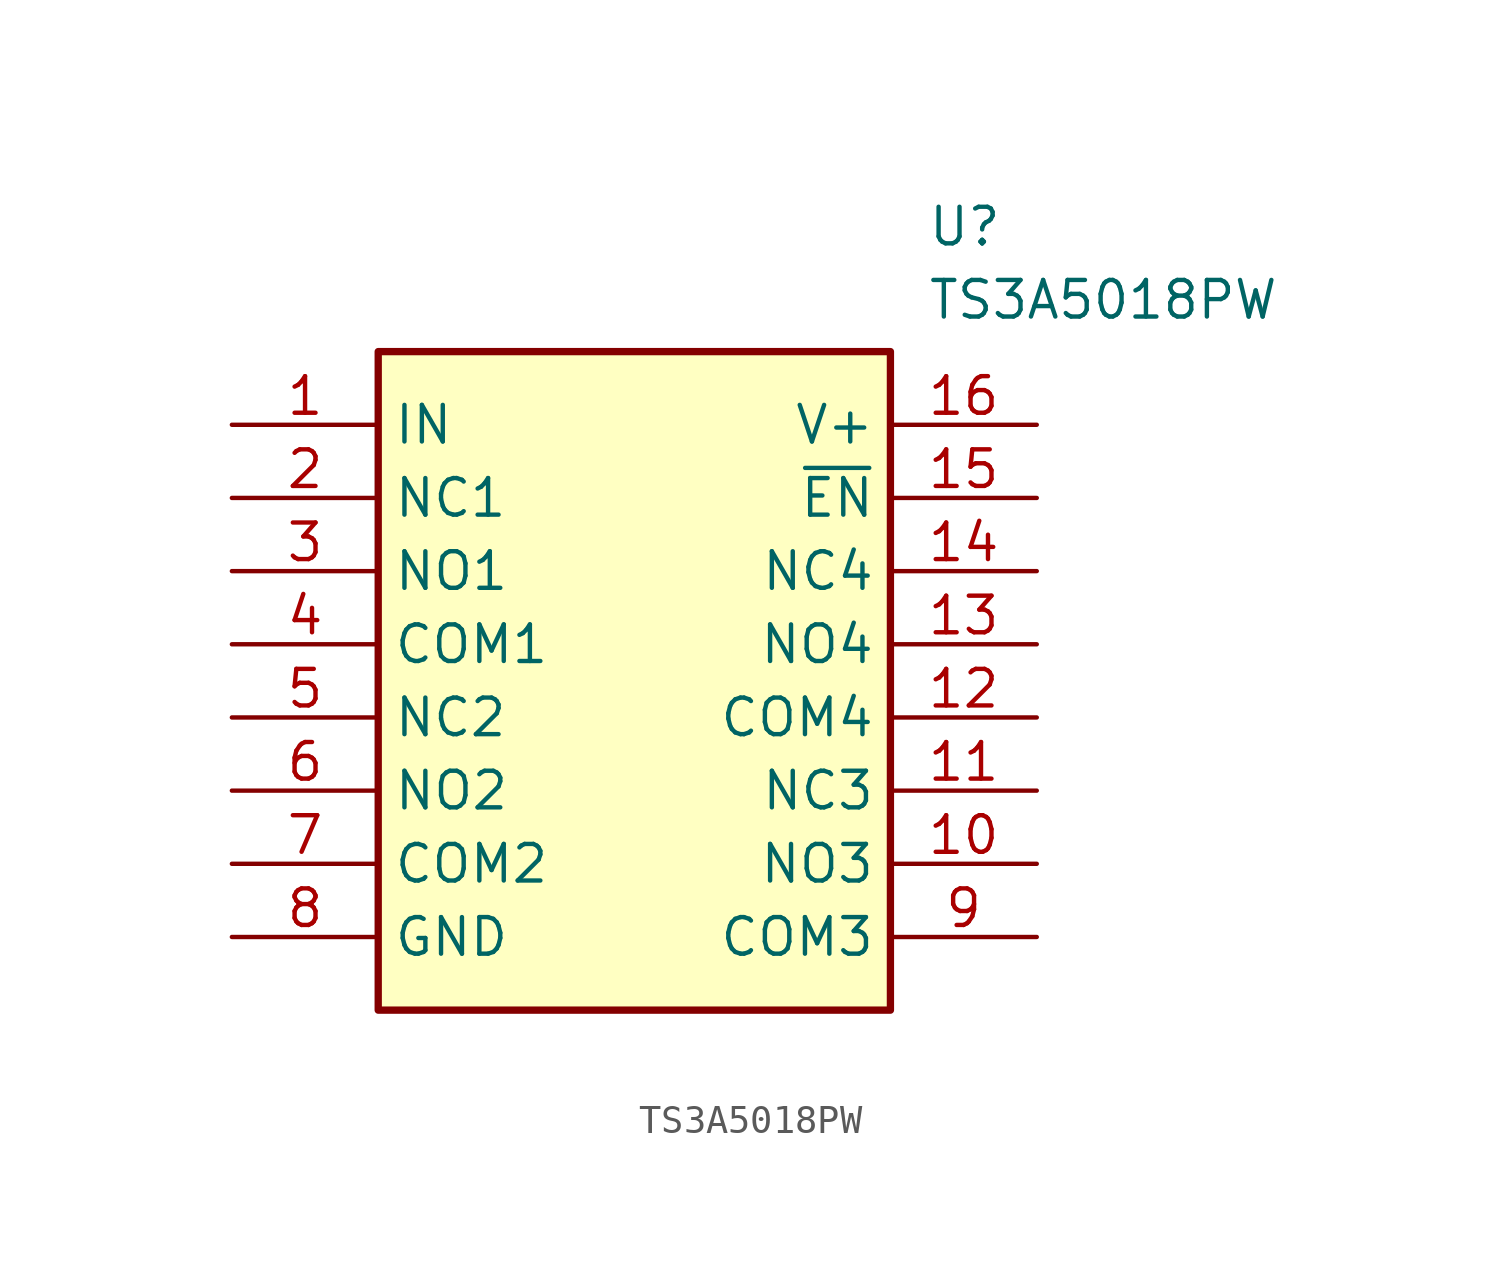
<source format=kicad_sym>
(kicad_symbol_lib
  (version 20220914)
  (generator kicad_symbol_editor)
  (symbol "TS3A5018PW"
    (property "Reference" "U"
      (at 24.13 7.62 0)
      (effects (font (size 1.27 1.27)) (justify left top)))
    (property "Value" "TS3A5018PW"
      (at 24.13 5.08 0)
      (effects (font (size 1.27 1.27)) (justify left top)))
    (symbol "TS3A5018PW_1_1"
      (rectangle (start 5.08 2.54) (end 22.86 -20.32) (stroke (width 0.254) (type default)) (fill (type background)))
      (pin passive line (at 0 0 0) (length 5.08) (name "IN" (effects (font (size 1.27 1.27)))) (number "1" (effects (font (size 1.27 1.27)))))
      (pin passive line (at 27.94 -15.24 180) (length 5.08) (name "NO3" (effects (font (size 1.27 1.27)))) (number "10" (effects (font (size 1.27 1.27)))))
      (pin passive line (at 27.94 -12.7 180) (length 5.08) (name "NC3" (effects (font (size 1.27 1.27)))) (number "11" (effects (font (size 1.27 1.27)))))
      (pin passive line (at 27.94 -10.16 180) (length 5.08) (name "COM4" (effects (font (size 1.27 1.27)))) (number "12" (effects (font (size 1.27 1.27)))))
      (pin passive line (at 27.94 -7.62 180) (length 5.08) (name "NO4" (effects (font (size 1.27 1.27)))) (number "13" (effects (font (size 1.27 1.27)))))
      (pin passive line (at 27.94 -5.08 180) (length 5.08) (name "NC4" (effects (font (size 1.27 1.27)))) (number "14" (effects (font (size 1.27 1.27)))))
      (pin passive line (at 27.94 -2.54 180) (length 5.08) (name "~{EN}" (effects (font (size 1.27 1.27)))) (number "15" (effects (font (size 1.27 1.27)))))
      (pin passive line (at 27.94 0 180) (length 5.08) (name "V+" (effects (font (size 1.27 1.27)))) (number "16" (effects (font (size 1.27 1.27)))))
      (pin passive line (at 0 -2.54 0) (length 5.08) (name "NC1" (effects (font (size 1.27 1.27)))) (number "2" (effects (font (size 1.27 1.27)))))
      (pin passive line (at 0 -5.08 0) (length 5.08) (name "NO1" (effects (font (size 1.27 1.27)))) (number "3" (effects (font (size 1.27 1.27)))))
      (pin passive line (at 0 -7.62 0) (length 5.08) (name "COM1" (effects (font (size 1.27 1.27)))) (number "4" (effects (font (size 1.27 1.27)))))
      (pin passive line (at 0 -10.16 0) (length 5.08) (name "NC2" (effects (font (size 1.27 1.27)))) (number "5" (effects (font (size 1.27 1.27)))))
      (pin passive line (at 0 -12.7 0) (length 5.08) (name "NO2" (effects (font (size 1.27 1.27)))) (number "6" (effects (font (size 1.27 1.27)))))
      (pin passive line (at 0 -15.24 0) (length 5.08) (name "COM2" (effects (font (size 1.27 1.27)))) (number "7" (effects (font (size 1.27 1.27)))))
      (pin passive line (at 0 -17.78 0) (length 5.08) (name "GND" (effects (font (size 1.27 1.27)))) (number "8" (effects (font (size 1.27 1.27)))))
      (pin passive line (at 27.94 -17.78 180) (length 5.08) (name "COM3" (effects (font (size 1.27 1.27)))) (number "9" (effects (font (size 1.27 1.27))))))))
</source>
